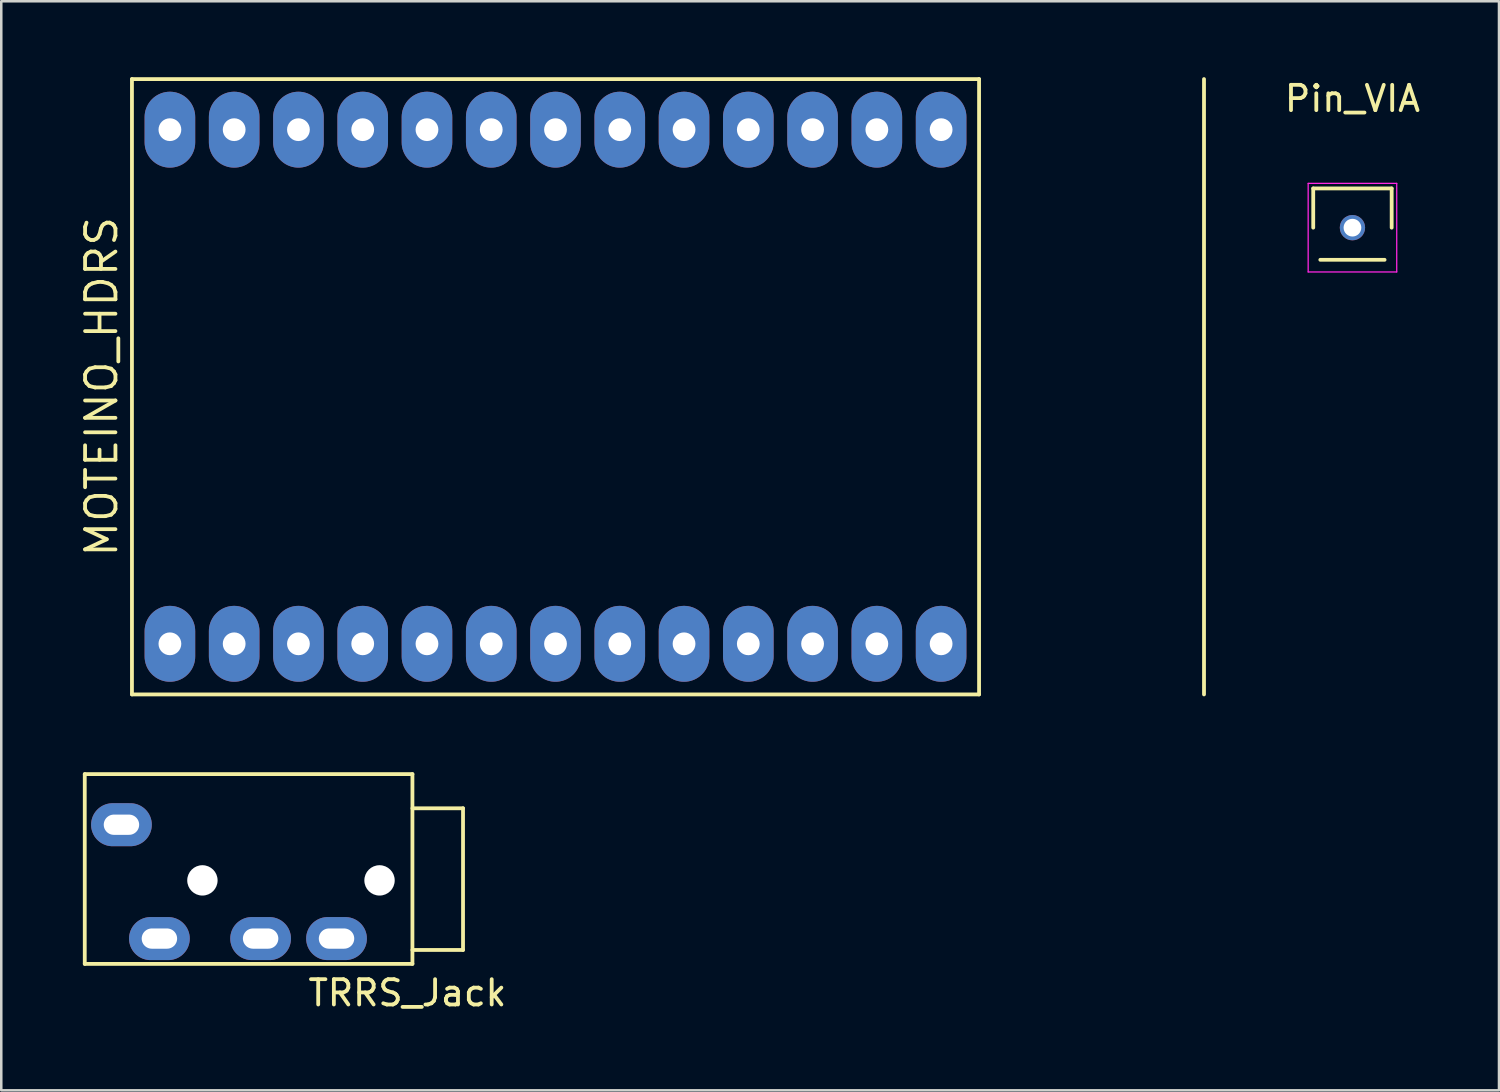
<source format=kicad_pcb>
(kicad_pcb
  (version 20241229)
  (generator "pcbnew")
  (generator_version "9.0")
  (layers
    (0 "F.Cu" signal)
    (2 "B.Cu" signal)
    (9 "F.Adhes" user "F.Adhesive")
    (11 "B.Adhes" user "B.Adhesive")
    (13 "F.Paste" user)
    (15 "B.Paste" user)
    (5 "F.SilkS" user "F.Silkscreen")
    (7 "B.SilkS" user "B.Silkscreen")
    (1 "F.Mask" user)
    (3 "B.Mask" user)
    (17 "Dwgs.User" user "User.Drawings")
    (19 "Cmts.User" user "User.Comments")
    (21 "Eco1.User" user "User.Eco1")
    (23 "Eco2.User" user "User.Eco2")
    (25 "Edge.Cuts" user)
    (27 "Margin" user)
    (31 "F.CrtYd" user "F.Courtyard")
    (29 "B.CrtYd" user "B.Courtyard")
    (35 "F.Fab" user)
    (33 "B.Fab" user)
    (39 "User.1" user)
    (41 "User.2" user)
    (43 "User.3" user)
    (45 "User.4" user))
  (footprint "TRRS_Jack"
    (layer "F.Cu")
    (at 0.25 27.795)
    (property "Reference" "TRRS_Jack" (at 12.8 8.4 0) (layer "F.SilkS") (effects (font (size 1 1) (thickness 0.15))))
    (attr through_hole)
    (fp_line (start 0.05 7.25) (end 0.05 -0.25) (stroke (width 0.15) (type solid)) (layer "F.SilkS"))
    (fp_line (start 13 -0.25) (end 0.05 -0.25) (stroke (width 0.15) (type solid)) (layer "F.SilkS"))
    (fp_line (start 13 7.25) (end 0.05 7.25) (stroke (width 0.15) (type solid)) (layer "F.SilkS"))
    (fp_line (start 13 7.25) (end 13 -0.25) (stroke (width 0.15) (type solid)) (layer "F.SilkS"))
    (fp_line (start 15 1.1) (end 13 1.1) (stroke (width 0.15) (type solid)) (layer "F.SilkS"))
    (fp_line (start 15 1.1) (end 15 6.7) (stroke (width 0.15) (type solid)) (layer "F.SilkS"))
    (fp_line (start 15 6.7) (end 13 6.7) (stroke (width 0.15) (type solid)) (layer "F.SilkS"))
    (pad "" np_thru_hole circle (at 4.7 3.95) (size 1.2 1.2) (drill 1.2) (layers "*.Cu" "*.Mask"))
    (pad "" np_thru_hole circle (at 11.7 3.95) (size 1.2 1.2) (drill 1.2) (layers "*.Cu" "*.Mask"))
    (pad "1" thru_hole oval (at 3 6.25) (size 2.4 1.7) (drill oval 1.4 0.8) (layers "*.Cu" "*.Mask"))
    (pad "2" thru_hole oval (at 7 6.25) (size 2.4 1.7) (drill oval 1.4 0.8) (layers "*.Cu" "*.Mask"))
    (pad "3" thru_hole oval (at 10 6.25) (size 2.4 1.7) (drill oval 1.4 0.8) (layers "*.Cu" "*.Mask"))
    (pad "4" thru_hole oval (at 1.5 1.75) (size 2.4 1.7) (drill oval 1.4 0.8) (layers "*.Cu" "*.Mask")))
  (footprint "Pin_VIA"
    (layer "F.Cu")
    (at 50.402 5.948)
    (property "Reference" "Pin_VIA" (at 0 -5.1 0) (layer "F.SilkS") (effects (font (size 1 1) (thickness 0.15))))
    (attr through_hole)
    (fp_line (start -1.55 -1.55) (end 1.55 -1.55) (stroke (width 0.15) (type solid)) (layer "F.SilkS"))
    (fp_line (start -1.55 0) (end -1.55 -1.55) (stroke (width 0.15) (type solid)) (layer "F.SilkS"))
    (fp_line (start -1.27 1.27) (end 1.27 1.27) (stroke (width 0.15) (type solid)) (layer "F.SilkS"))
    (fp_line (start 1.55 -1.55) (end 1.55 0) (stroke (width 0.15) (type solid)) (layer "F.SilkS"))
    (fp_line (start -1.75 -1.75) (end -1.75 1.75) (stroke (width 0.05) (type solid)) (layer "F.CrtYd"))
    (fp_line (start -1.75 -1.75) (end 1.75 -1.75) (stroke (width 0.05) (type solid)) (layer "F.CrtYd"))
    (fp_line (start -1.75 1.75) (end 1.75 1.75) (stroke (width 0.05) (type solid)) (layer "F.CrtYd"))
    (fp_line (start 1.75 -1.75) (end 1.75 1.75) (stroke (width 0.05) (type solid)) (layer "F.CrtYd"))
    (pad "1" thru_hole circle (at 0 0) (size 1 1) (drill 0.7) (layers "*.Cu")))
  (footprint "MOTEINO_HDRS"
    (layer "F.Cu")
    (at 18.905 12.235)
    (property "Reference" "MOTEINO_HDRS" (at -17.94 0 90) (layer "F.SilkS") (effects (font (size 1.2 1.2) (thickness 0.15))))
    (attr through_hole)
    (fp_line (start -16.74 12.16) (end 16.74 12.16) (stroke (width 0.15) (type solid)) (layer "F.SilkS"))
    (fp_line (start -16.74 12.16) (end -16.74 -12.16) (stroke (width 0.15) (type solid)) (layer "F.SilkS"))
    (fp_line (start 16.74 -12.16) (end -16.74 -12.16) (stroke (width 0.15) (type solid)) (layer "F.SilkS"))
    (fp_line (start 16.74 12.16) (end 16.74 -12.16) (stroke (width 0.15) (type solid)) (layer "F.SilkS"))
    (fp_line (start 25.63 12.16) (end 25.63 -12.16) (stroke (width 0.15) (type solid)) (layer "F.SilkS"))
    (pad "1" thru_hole oval (at -15.24 10.16) (size 2 3) (drill 0.9) (layers "*.Cu" "*.Mask"))
    (pad "2" thru_hole oval (at -12.7 10.16) (size 2 3) (drill 0.9) (layers "*.Cu" "*.Mask"))
    (pad "3" thru_hole oval (at -10.16 10.16) (size 2 3) (drill 0.9) (layers "*.Cu" "*.Mask"))
    (pad "4" thru_hole oval (at -7.62 10.16) (size 2 3) (drill 0.9) (layers "*.Cu" "*.Mask"))
    (pad "5" thru_hole oval (at -5.08 10.16) (size 2 3) (drill 0.9) (layers "*.Cu" "*.Mask"))
    (pad "6" thru_hole oval (at -2.54 10.16) (size 2 3) (drill 0.9) (layers "*.Cu" "*.Mask"))
    (pad "7" thru_hole oval (at 0 10.16) (size 2 3) (drill 0.9) (layers "*.Cu" "*.Mask"))
    (pad "8" thru_hole oval (at 2.54 10.16) (size 2 3) (drill 0.9) (layers "*.Cu" "*.Mask"))
    (pad "9" thru_hole oval (at 5.08 10.16) (size 2 3) (drill 0.9) (layers "*.Cu" "*.Mask"))
    (pad "10" thru_hole oval (at 7.62 10.16) (size 2 3) (drill 0.9) (layers "*.Cu" "*.Mask"))
    (pad "11" thru_hole oval (at 10.16 10.16) (size 2 3) (drill 0.9) (layers "*.Cu" "*.Mask"))
    (pad "12" thru_hole oval (at 12.7 10.16) (size 2 3) (drill 0.9) (layers "*.Cu" "*.Mask"))
    (pad "13" thru_hole oval (at 15.24 10.16) (size 2 3) (drill 0.9) (layers "*.Cu" "*.Mask"))
    (pad "14" thru_hole oval (at 15.24 -10.16) (size 2 3) (drill 0.9) (layers "*.Cu" "*.Mask"))
    (pad "15" thru_hole oval (at 12.7 -10.16) (size 2 3) (drill 0.9) (layers "*.Cu" "*.Mask"))
    (pad "16" thru_hole oval (at 10.16 -10.16) (size 2 3) (drill 0.9) (layers "*.Cu" "*.Mask"))
    (pad "17" thru_hole oval (at 7.62 -10.16) (size 2 3) (drill 0.9) (layers "*.Cu" "*.Mask"))
    (pad "18" thru_hole oval (at 5.08 -10.16) (size 2 3) (drill 0.9) (layers "*.Cu" "*.Mask"))
    (pad "19" thru_hole oval (at 2.54 -10.16) (size 2 3) (drill 0.9) (layers "*.Cu" "*.Mask"))
    (pad "20" thru_hole oval (at 0 -10.16) (size 2 3) (drill 0.9) (layers "*.Cu" "*.Mask"))
    (pad "21" thru_hole oval (at -2.54 -10.16) (size 2 3) (drill 0.9) (layers "*.Cu" "*.Mask"))
    (pad "22" thru_hole oval (at -5.08 -10.16) (size 2 3) (drill 0.9) (layers "*.Cu" "*.Mask"))
    (pad "23" thru_hole oval (at -7.62 -10.16) (size 2 3) (drill 0.9) (layers "*.Cu" "*.Mask"))
    (pad "24" thru_hole oval (at -10.16 -10.16) (size 2 3) (drill 0.9) (layers "*.Cu" "*.Mask"))
    (pad "25" thru_hole oval (at -12.7 -10.16) (size 2 3) (drill 0.9) (layers "*.Cu" "*.Mask"))
    (pad "26" thru_hole oval (at -15.24 -10.16) (size 2 3) (drill 0.9) (layers "*.Cu" "*.Mask")))
  (gr_rect
    (start -3 -3)
    (end 56.194 40.043)
    (stroke (width 0.1) (type default))
    (fill no)
    (layer "Edge.Cuts")))
</source>
